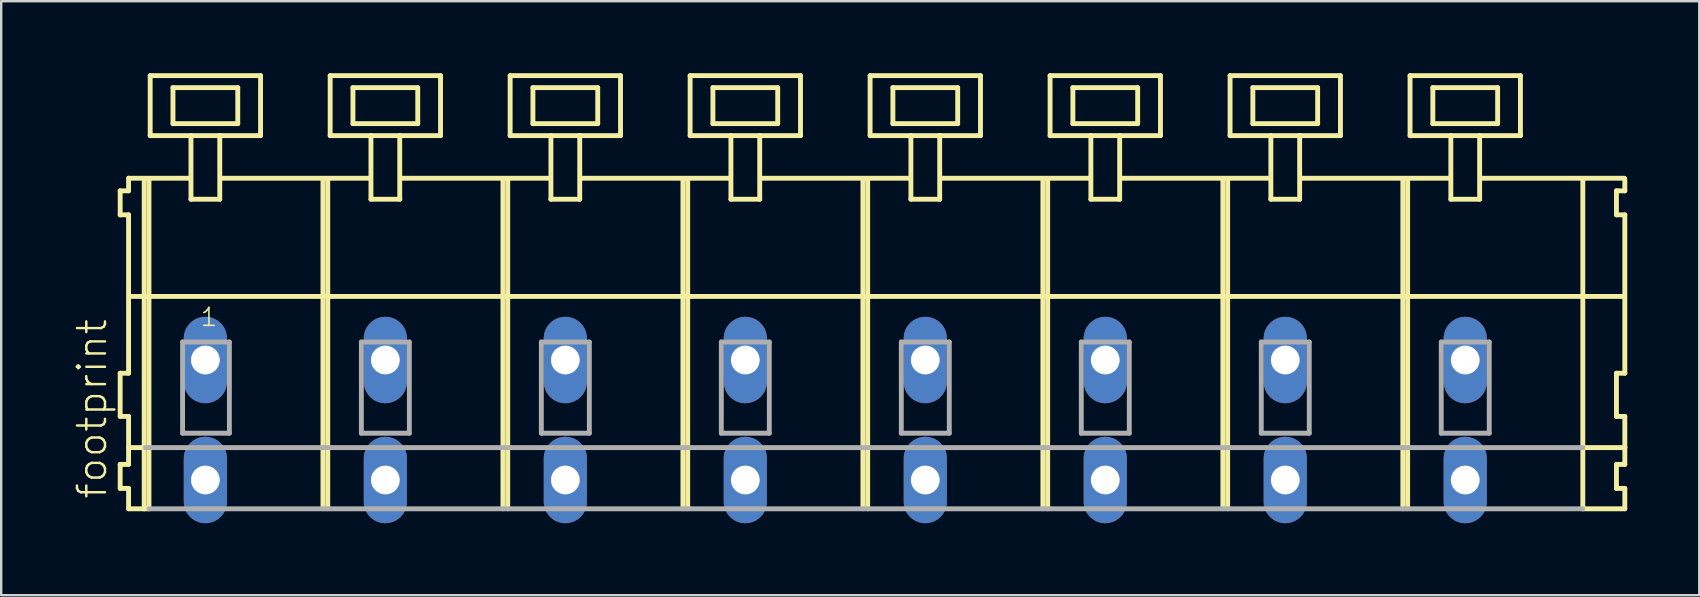
<source format=kicad_pcb>
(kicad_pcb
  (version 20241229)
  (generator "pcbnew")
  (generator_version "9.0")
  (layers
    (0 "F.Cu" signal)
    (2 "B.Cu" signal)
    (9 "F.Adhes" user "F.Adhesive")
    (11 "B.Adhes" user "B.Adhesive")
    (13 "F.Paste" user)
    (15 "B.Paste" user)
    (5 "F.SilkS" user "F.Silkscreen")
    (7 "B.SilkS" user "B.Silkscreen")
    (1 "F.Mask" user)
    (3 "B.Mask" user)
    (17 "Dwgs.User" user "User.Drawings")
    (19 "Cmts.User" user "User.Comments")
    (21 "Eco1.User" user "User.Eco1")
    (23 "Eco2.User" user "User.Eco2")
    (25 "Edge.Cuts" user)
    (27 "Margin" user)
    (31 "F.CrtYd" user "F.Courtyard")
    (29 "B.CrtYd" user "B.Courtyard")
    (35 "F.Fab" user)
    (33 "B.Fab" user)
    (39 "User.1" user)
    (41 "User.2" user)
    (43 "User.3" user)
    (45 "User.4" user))
  (footprint "footprint"
    (layer "F.Cu")
    (at 33.008 11.952)
    (property "Reference" "footprint" (at -31.535 5.855 90) (layer "F.SilkS") (effects (font (size 1.168 1.168) (thickness 0.102)) (justify left bottom)))
    (fp_line (start -31.05 -7.05) (end -31.05 -6.05) (stroke (width 0.203) (type solid)) (layer "F.SilkS"))
    (fp_line (start -31.05 -6.05) (end -30.7 -6.05) (stroke (width 0.203) (type solid)) (layer "F.SilkS"))
    (fp_line (start -31.05 0.55) (end -31.05 2.35) (stroke (width 0.203) (type solid)) (layer "F.SilkS"))
    (fp_line (start -31.05 2.35) (end -30.7 2.35) (stroke (width 0.203) (type solid)) (layer "F.SilkS"))
    (fp_line (start -31.05 4.35) (end -31.05 5.35) (stroke (width 0.203) (type solid)) (layer "F.SilkS"))
    (fp_line (start -31.05 5.35) (end -30.7 5.35) (stroke (width 0.203) (type solid)) (layer "F.SilkS"))
    (fp_line (start -30.7 -7.575) (end -30.7 -7.05) (stroke (width 0.203) (type solid)) (layer "F.SilkS"))
    (fp_line (start -30.7 -7.575) (end -28.125 -7.575) (stroke (width 0.203) (type solid)) (layer "F.SilkS"))
    (fp_line (start -30.7 -7.05) (end -31.05 -7.05) (stroke (width 0.203) (type solid)) (layer "F.SilkS"))
    (fp_line (start -30.7 -6.05) (end -30.7 0.55) (stroke (width 0.203) (type solid)) (layer "F.SilkS"))
    (fp_line (start -30.7 0.55) (end -31.05 0.55) (stroke (width 0.203) (type solid)) (layer "F.SilkS"))
    (fp_line (start -30.7 2.35) (end -30.7 4.35) (stroke (width 0.203) (type solid)) (layer "F.SilkS"))
    (fp_line (start -30.7 3.65) (end -30 3.65) (stroke (width 0.203) (type solid)) (layer "F.SilkS"))
    (fp_line (start -30.7 4.35) (end -31.05 4.35) (stroke (width 0.203) (type solid)) (layer "F.SilkS"))
    (fp_line (start -30.7 5.35) (end -30.7 6.2) (stroke (width 0.203) (type solid)) (layer "F.SilkS"))
    (fp_line (start -30.7 6.2) (end -30.05 6.2) (stroke (width 0.203) (type solid)) (layer "F.SilkS"))
    (fp_line (start -30.65 -2.65) (end 31.6 -2.65) (stroke (width 0.203) (type solid)) (layer "F.SilkS"))
    (fp_line (start -30.05 -7.55) (end -30.05 6.2) (stroke (width 0.203) (type solid)) (layer "F.SilkS"))
    (fp_line (start -30.05 6.2) (end -29.85 6.2) (stroke (width 0.203) (type solid)) (layer "F.SilkS"))
    (fp_line (start -29.85 -7.55) (end -29.85 6.2) (stroke (width 0.203) (type solid)) (layer "F.SilkS"))
    (fp_line (start -29.8 -11.85) (end -29.8 -9.35) (stroke (width 0.203) (type solid)) (layer "F.SilkS"))
    (fp_line (start -29.8 -9.35) (end -28.1 -9.35) (stroke (width 0.203) (type solid)) (layer "F.SilkS"))
    (fp_line (start -28.85 -11.35) (end -28.85 -9.85) (stroke (width 0.203) (type solid)) (layer "F.SilkS"))
    (fp_line (start -28.85 -9.85) (end -26.15 -9.85) (stroke (width 0.203) (type solid)) (layer "F.SilkS"))
    (fp_line (start -28.1 -9.35) (end -28.1 -6.7) (stroke (width 0.203) (type solid)) (layer "F.SilkS"))
    (fp_line (start -28.1 -9.35) (end -26.9 -9.35) (stroke (width 0.203) (type solid)) (layer "F.SilkS"))
    (fp_line (start -28.1 -6.7) (end -26.9 -6.7) (stroke (width 0.203) (type solid)) (layer "F.SilkS"))
    (fp_line (start -26.9 -9.35) (end -25.2 -9.35) (stroke (width 0.203) (type solid)) (layer "F.SilkS"))
    (fp_line (start -26.9 -6.7) (end -26.9 -9.35) (stroke (width 0.203) (type solid)) (layer "F.SilkS"))
    (fp_line (start -26.825 -7.575) (end -20.625 -7.575) (stroke (width 0.203) (type solid)) (layer "F.SilkS"))
    (fp_line (start -26.15 -11.35) (end -28.85 -11.35) (stroke (width 0.203) (type solid)) (layer "F.SilkS"))
    (fp_line (start -26.15 -9.85) (end -26.15 -11.35) (stroke (width 0.203) (type solid)) (layer "F.SilkS"))
    (fp_line (start -25.2 -11.85) (end -29.8 -11.85) (stroke (width 0.203) (type solid)) (layer "F.SilkS"))
    (fp_line (start -25.2 -9.35) (end -25.2 -11.85) (stroke (width 0.203) (type solid)) (layer "F.SilkS"))
    (fp_line (start -22.6 -7.55) (end -22.6 6.2) (stroke (width 0.203) (type solid)) (layer "F.SilkS"))
    (fp_line (start -22.4 -7.55) (end -22.4 6.2) (stroke (width 0.203) (type solid)) (layer "F.SilkS"))
    (fp_line (start -22.3 -11.85) (end -22.3 -9.35) (stroke (width 0.203) (type solid)) (layer "F.SilkS"))
    (fp_line (start -22.3 -9.35) (end -20.6 -9.35) (stroke (width 0.203) (type solid)) (layer "F.SilkS"))
    (fp_line (start -21.35 -11.35) (end -21.35 -9.85) (stroke (width 0.203) (type solid)) (layer "F.SilkS"))
    (fp_line (start -21.35 -9.85) (end -18.65 -9.85) (stroke (width 0.203) (type solid)) (layer "F.SilkS"))
    (fp_line (start -20.6 -9.35) (end -20.6 -6.7) (stroke (width 0.203) (type solid)) (layer "F.SilkS"))
    (fp_line (start -20.6 -9.35) (end -19.4 -9.35) (stroke (width 0.203) (type solid)) (layer "F.SilkS"))
    (fp_line (start -20.6 -6.7) (end -19.4 -6.7) (stroke (width 0.203) (type solid)) (layer "F.SilkS"))
    (fp_line (start -19.4 -9.35) (end -17.7 -9.35) (stroke (width 0.203) (type solid)) (layer "F.SilkS"))
    (fp_line (start -19.4 -6.7) (end -19.4 -9.35) (stroke (width 0.203) (type solid)) (layer "F.SilkS"))
    (fp_line (start -19.325 -7.575) (end -13.125 -7.575) (stroke (width 0.203) (type solid)) (layer "F.SilkS"))
    (fp_line (start -18.65 -11.35) (end -21.35 -11.35) (stroke (width 0.203) (type solid)) (layer "F.SilkS"))
    (fp_line (start -18.65 -9.85) (end -18.65 -11.35) (stroke (width 0.203) (type solid)) (layer "F.SilkS"))
    (fp_line (start -17.7 -11.85) (end -22.3 -11.85) (stroke (width 0.203) (type solid)) (layer "F.SilkS"))
    (fp_line (start -17.7 -9.35) (end -17.7 -11.85) (stroke (width 0.203) (type solid)) (layer "F.SilkS"))
    (fp_line (start -15.1 -7.55) (end -15.1 6.2) (stroke (width 0.203) (type solid)) (layer "F.SilkS"))
    (fp_line (start -14.9 -7.55) (end -14.9 6.2) (stroke (width 0.203) (type solid)) (layer "F.SilkS"))
    (fp_line (start -14.8 -11.85) (end -14.8 -9.35) (stroke (width 0.203) (type solid)) (layer "F.SilkS"))
    (fp_line (start -14.8 -9.35) (end -13.1 -9.35) (stroke (width 0.203) (type solid)) (layer "F.SilkS"))
    (fp_line (start -13.85 -11.35) (end -13.85 -9.85) (stroke (width 0.203) (type solid)) (layer "F.SilkS"))
    (fp_line (start -13.85 -9.85) (end -11.15 -9.85) (stroke (width 0.203) (type solid)) (layer "F.SilkS"))
    (fp_line (start -13.1 -9.35) (end -13.1 -6.7) (stroke (width 0.203) (type solid)) (layer "F.SilkS"))
    (fp_line (start -13.1 -9.35) (end -11.9 -9.35) (stroke (width 0.203) (type solid)) (layer "F.SilkS"))
    (fp_line (start -13.1 -6.7) (end -11.9 -6.7) (stroke (width 0.203) (type solid)) (layer "F.SilkS"))
    (fp_line (start -11.9 -9.35) (end -10.2 -9.35) (stroke (width 0.203) (type solid)) (layer "F.SilkS"))
    (fp_line (start -11.9 -6.7) (end -11.9 -9.35) (stroke (width 0.203) (type solid)) (layer "F.SilkS"))
    (fp_line (start -11.825 -7.575) (end -5.625 -7.575) (stroke (width 0.203) (type solid)) (layer "F.SilkS"))
    (fp_line (start -11.15 -11.35) (end -13.85 -11.35) (stroke (width 0.203) (type solid)) (layer "F.SilkS"))
    (fp_line (start -11.15 -9.85) (end -11.15 -11.35) (stroke (width 0.203) (type solid)) (layer "F.SilkS"))
    (fp_line (start -10.2 -11.85) (end -14.8 -11.85) (stroke (width 0.203) (type solid)) (layer "F.SilkS"))
    (fp_line (start -10.2 -9.35) (end -10.2 -11.85) (stroke (width 0.203) (type solid)) (layer "F.SilkS"))
    (fp_line (start -7.6 -7.55) (end -7.6 6.2) (stroke (width 0.203) (type solid)) (layer "F.SilkS"))
    (fp_line (start -7.4 -7.55) (end -7.4 6.2) (stroke (width 0.203) (type solid)) (layer "F.SilkS"))
    (fp_line (start -7.3 -11.85) (end -7.3 -9.35) (stroke (width 0.203) (type solid)) (layer "F.SilkS"))
    (fp_line (start -7.3 -9.35) (end -5.6 -9.35) (stroke (width 0.203) (type solid)) (layer "F.SilkS"))
    (fp_line (start -6.35 -11.35) (end -6.35 -9.85) (stroke (width 0.203) (type solid)) (layer "F.SilkS"))
    (fp_line (start -6.35 -9.85) (end -3.65 -9.85) (stroke (width 0.203) (type solid)) (layer "F.SilkS"))
    (fp_line (start -5.6 -9.35) (end -5.6 -6.7) (stroke (width 0.203) (type solid)) (layer "F.SilkS"))
    (fp_line (start -5.6 -9.35) (end -4.4 -9.35) (stroke (width 0.203) (type solid)) (layer "F.SilkS"))
    (fp_line (start -5.6 -6.7) (end -4.4 -6.7) (stroke (width 0.203) (type solid)) (layer "F.SilkS"))
    (fp_line (start -4.4 -9.35) (end -2.7 -9.35) (stroke (width 0.203) (type solid)) (layer "F.SilkS"))
    (fp_line (start -4.4 -6.7) (end -4.4 -9.35) (stroke (width 0.203) (type solid)) (layer "F.SilkS"))
    (fp_line (start -4.325 -7.575) (end 1.875 -7.575) (stroke (width 0.203) (type solid)) (layer "F.SilkS"))
    (fp_line (start -3.65 -11.35) (end -6.35 -11.35) (stroke (width 0.203) (type solid)) (layer "F.SilkS"))
    (fp_line (start -3.65 -9.85) (end -3.65 -11.35) (stroke (width 0.203) (type solid)) (layer "F.SilkS"))
    (fp_line (start -2.7 -11.85) (end -7.3 -11.85) (stroke (width 0.203) (type solid)) (layer "F.SilkS"))
    (fp_line (start -2.7 -9.35) (end -2.7 -11.85) (stroke (width 0.203) (type solid)) (layer "F.SilkS"))
    (fp_line (start -0.1 -7.55) (end -0.1 6.2) (stroke (width 0.203) (type solid)) (layer "F.SilkS"))
    (fp_line (start 0.1 -7.55) (end 0.1 6.2) (stroke (width 0.203) (type solid)) (layer "F.SilkS"))
    (fp_line (start 0.2 -11.85) (end 0.2 -9.35) (stroke (width 0.203) (type solid)) (layer "F.SilkS"))
    (fp_line (start 0.2 -9.35) (end 1.9 -9.35) (stroke (width 0.203) (type solid)) (layer "F.SilkS"))
    (fp_line (start 1.15 -11.35) (end 1.15 -9.85) (stroke (width 0.203) (type solid)) (layer "F.SilkS"))
    (fp_line (start 1.15 -9.85) (end 3.85 -9.85) (stroke (width 0.203) (type solid)) (layer "F.SilkS"))
    (fp_line (start 1.9 -9.35) (end 1.9 -6.7) (stroke (width 0.203) (type solid)) (layer "F.SilkS"))
    (fp_line (start 1.9 -9.35) (end 3.1 -9.35) (stroke (width 0.203) (type solid)) (layer "F.SilkS"))
    (fp_line (start 1.9 -6.7) (end 3.1 -6.7) (stroke (width 0.203) (type solid)) (layer "F.SilkS"))
    (fp_line (start 3.1 -9.35) (end 4.8 -9.35) (stroke (width 0.203) (type solid)) (layer "F.SilkS"))
    (fp_line (start 3.1 -6.7) (end 3.1 -9.35) (stroke (width 0.203) (type solid)) (layer "F.SilkS"))
    (fp_line (start 3.175 -7.575) (end 9.375 -7.575) (stroke (width 0.203) (type solid)) (layer "F.SilkS"))
    (fp_line (start 3.85 -11.35) (end 1.15 -11.35) (stroke (width 0.203) (type solid)) (layer "F.SilkS"))
    (fp_line (start 3.85 -9.85) (end 3.85 -11.35) (stroke (width 0.203) (type solid)) (layer "F.SilkS"))
    (fp_line (start 4.8 -11.85) (end 0.2 -11.85) (stroke (width 0.203) (type solid)) (layer "F.SilkS"))
    (fp_line (start 4.8 -9.35) (end 4.8 -11.85) (stroke (width 0.203) (type solid)) (layer "F.SilkS"))
    (fp_line (start 7.4 -7.55) (end 7.4 6.2) (stroke (width 0.203) (type solid)) (layer "F.SilkS"))
    (fp_line (start 7.6 -7.55) (end 7.6 6.2) (stroke (width 0.203) (type solid)) (layer "F.SilkS"))
    (fp_line (start 7.7 -11.85) (end 7.7 -9.35) (stroke (width 0.203) (type solid)) (layer "F.SilkS"))
    (fp_line (start 7.7 -9.35) (end 9.4 -9.35) (stroke (width 0.203) (type solid)) (layer "F.SilkS"))
    (fp_line (start 8.65 -11.35) (end 8.65 -9.85) (stroke (width 0.203) (type solid)) (layer "F.SilkS"))
    (fp_line (start 8.65 -9.85) (end 11.35 -9.85) (stroke (width 0.203) (type solid)) (layer "F.SilkS"))
    (fp_line (start 9.4 -9.35) (end 9.4 -6.7) (stroke (width 0.203) (type solid)) (layer "F.SilkS"))
    (fp_line (start 9.4 -9.35) (end 10.6 -9.35) (stroke (width 0.203) (type solid)) (layer "F.SilkS"))
    (fp_line (start 9.4 -6.7) (end 10.6 -6.7) (stroke (width 0.203) (type solid)) (layer "F.SilkS"))
    (fp_line (start 10.6 -9.35) (end 12.3 -9.35) (stroke (width 0.203) (type solid)) (layer "F.SilkS"))
    (fp_line (start 10.6 -6.7) (end 10.6 -9.35) (stroke (width 0.203) (type solid)) (layer "F.SilkS"))
    (fp_line (start 10.675 -7.575) (end 16.875 -7.575) (stroke (width 0.203) (type solid)) (layer "F.SilkS"))
    (fp_line (start 11.35 -11.35) (end 8.65 -11.35) (stroke (width 0.203) (type solid)) (layer "F.SilkS"))
    (fp_line (start 11.35 -9.85) (end 11.35 -11.35) (stroke (width 0.203) (type solid)) (layer "F.SilkS"))
    (fp_line (start 12.3 -11.85) (end 7.7 -11.85) (stroke (width 0.203) (type solid)) (layer "F.SilkS"))
    (fp_line (start 12.3 -9.35) (end 12.3 -11.85) (stroke (width 0.203) (type solid)) (layer "F.SilkS"))
    (fp_line (start 14.9 -7.55) (end 14.9 6.2) (stroke (width 0.203) (type solid)) (layer "F.SilkS"))
    (fp_line (start 15.1 -7.55) (end 15.1 6.2) (stroke (width 0.203) (type solid)) (layer "F.SilkS"))
    (fp_line (start 15.2 -11.85) (end 15.2 -9.35) (stroke (width 0.203) (type solid)) (layer "F.SilkS"))
    (fp_line (start 15.2 -9.35) (end 16.9 -9.35) (stroke (width 0.203) (type solid)) (layer "F.SilkS"))
    (fp_line (start 16.15 -11.35) (end 16.15 -9.85) (stroke (width 0.203) (type solid)) (layer "F.SilkS"))
    (fp_line (start 16.15 -9.85) (end 18.85 -9.85) (stroke (width 0.203) (type solid)) (layer "F.SilkS"))
    (fp_line (start 16.9 -9.35) (end 16.9 -6.7) (stroke (width 0.203) (type solid)) (layer "F.SilkS"))
    (fp_line (start 16.9 -9.35) (end 18.1 -9.35) (stroke (width 0.203) (type solid)) (layer "F.SilkS"))
    (fp_line (start 16.9 -6.7) (end 18.1 -6.7) (stroke (width 0.203) (type solid)) (layer "F.SilkS"))
    (fp_line (start 18.1 -9.35) (end 19.8 -9.35) (stroke (width 0.203) (type solid)) (layer "F.SilkS"))
    (fp_line (start 18.1 -6.7) (end 18.1 -9.35) (stroke (width 0.203) (type solid)) (layer "F.SilkS"))
    (fp_line (start 18.175 -7.575) (end 24.375 -7.575) (stroke (width 0.203) (type solid)) (layer "F.SilkS"))
    (fp_line (start 18.85 -11.35) (end 16.15 -11.35) (stroke (width 0.203) (type solid)) (layer "F.SilkS"))
    (fp_line (start 18.85 -9.85) (end 18.85 -11.35) (stroke (width 0.203) (type solid)) (layer "F.SilkS"))
    (fp_line (start 19.8 -11.85) (end 15.2 -11.85) (stroke (width 0.203) (type solid)) (layer "F.SilkS"))
    (fp_line (start 19.8 -9.35) (end 19.8 -11.85) (stroke (width 0.203) (type solid)) (layer "F.SilkS"))
    (fp_line (start 22.4 -7.55) (end 22.4 6.2) (stroke (width 0.203) (type solid)) (layer "F.SilkS"))
    (fp_line (start 22.6 -7.55) (end 22.6 6.2) (stroke (width 0.203) (type solid)) (layer "F.SilkS"))
    (fp_line (start 22.7 -11.85) (end 22.7 -9.35) (stroke (width 0.203) (type solid)) (layer "F.SilkS"))
    (fp_line (start 22.7 -9.35) (end 24.4 -9.35) (stroke (width 0.203) (type solid)) (layer "F.SilkS"))
    (fp_line (start 23.65 -11.35) (end 23.65 -9.85) (stroke (width 0.203) (type solid)) (layer "F.SilkS"))
    (fp_line (start 23.65 -9.85) (end 26.35 -9.85) (stroke (width 0.203) (type solid)) (layer "F.SilkS"))
    (fp_line (start 24.4 -9.35) (end 24.4 -6.7) (stroke (width 0.203) (type solid)) (layer "F.SilkS"))
    (fp_line (start 24.4 -9.35) (end 25.6 -9.35) (stroke (width 0.203) (type solid)) (layer "F.SilkS"))
    (fp_line (start 24.4 -6.7) (end 25.6 -6.7) (stroke (width 0.203) (type solid)) (layer "F.SilkS"))
    (fp_line (start 25.6 -9.35) (end 27.3 -9.35) (stroke (width 0.203) (type solid)) (layer "F.SilkS"))
    (fp_line (start 25.6 -6.7) (end 25.6 -9.35) (stroke (width 0.203) (type solid)) (layer "F.SilkS"))
    (fp_line (start 25.625 -7.575) (end 31.625 -7.575) (stroke (width 0.203) (type solid)) (layer "F.SilkS"))
    (fp_line (start 26.35 -11.35) (end 23.65 -11.35) (stroke (width 0.203) (type solid)) (layer "F.SilkS"))
    (fp_line (start 26.35 -9.85) (end 26.35 -11.35) (stroke (width 0.203) (type solid)) (layer "F.SilkS"))
    (fp_line (start 27.3 -11.85) (end 22.7 -11.85) (stroke (width 0.203) (type solid)) (layer "F.SilkS"))
    (fp_line (start 27.3 -9.35) (end 27.3 -11.85) (stroke (width 0.203) (type solid)) (layer "F.SilkS"))
    (fp_line (start 29.9 -7.55) (end 29.9 6.2) (stroke (width 0.203) (type solid)) (layer "F.SilkS"))
    (fp_line (start 29.9 6.2) (end 31.65 6.2) (stroke (width 0.203) (type solid)) (layer "F.SilkS"))
    (fp_line (start 29.95 3.65) (end 31.65 3.65) (stroke (width 0.203) (type solid)) (layer "F.SilkS"))
    (fp_line (start 31.3 -7.05) (end 31.3 -6.05) (stroke (width 0.203) (type solid)) (layer "F.SilkS"))
    (fp_line (start 31.3 -6.05) (end 31.65 -6.05) (stroke (width 0.203) (type solid)) (layer "F.SilkS"))
    (fp_line (start 31.3 0.55) (end 31.3 2.35) (stroke (width 0.203) (type solid)) (layer "F.SilkS"))
    (fp_line (start 31.3 2.35) (end 31.65 2.35) (stroke (width 0.203) (type solid)) (layer "F.SilkS"))
    (fp_line (start 31.3 4.35) (end 31.3 5.35) (stroke (width 0.203) (type solid)) (layer "F.SilkS"))
    (fp_line (start 31.3 5.35) (end 31.65 5.35) (stroke (width 0.203) (type solid)) (layer "F.SilkS"))
    (fp_line (start 31.65 -7.05) (end 31.3 -7.05) (stroke (width 0.203) (type solid)) (layer "F.SilkS"))
    (fp_line (start 31.65 -7.05) (end 31.65 -7.55) (stroke (width 0.203) (type solid)) (layer "F.SilkS"))
    (fp_line (start 31.65 0.55) (end 31.3 0.55) (stroke (width 0.203) (type solid)) (layer "F.SilkS"))
    (fp_line (start 31.65 0.55) (end 31.65 -6.05) (stroke (width 0.203) (type solid)) (layer "F.SilkS"))
    (fp_line (start 31.65 3.65) (end 31.65 2.35) (stroke (width 0.203) (type solid)) (layer "F.SilkS"))
    (fp_line (start 31.65 4.35) (end 31.3 4.35) (stroke (width 0.203) (type solid)) (layer "F.SilkS"))
    (fp_line (start 31.65 4.35) (end 31.65 3.65) (stroke (width 0.203) (type solid)) (layer "F.SilkS"))
    (fp_line (start 31.65 6.2) (end 31.65 5.35) (stroke (width 0.203) (type solid)) (layer "F.SilkS"))
    (fp_line (start -30 3.65) (end 29.9 3.65) (stroke (width 0.203) (type solid)) (layer "F.Fab"))
    (fp_line (start -29.85 6.2) (end 29.9 6.2) (stroke (width 0.203) (type solid)) (layer "F.Fab"))
    (fp_line (start -28.45 -0.75) (end -28.45 3.05) (stroke (width 0.203) (type solid)) (layer "F.Fab"))
    (fp_line (start -28.45 3.05) (end -26.5 3.05) (stroke (width 0.203) (type solid)) (layer "F.Fab"))
    (fp_line (start -26.5 -0.75) (end -28.45 -0.75) (stroke (width 0.203) (type solid)) (layer "F.Fab"))
    (fp_line (start -26.5 3.05) (end -26.5 -0.75) (stroke (width 0.203) (type solid)) (layer "F.Fab"))
    (fp_line (start -21 -0.75) (end -21 3.05) (stroke (width 0.203) (type solid)) (layer "F.Fab"))
    (fp_line (start -21 3.05) (end -19 3.05) (stroke (width 0.203) (type solid)) (layer "F.Fab"))
    (fp_line (start -19 -0.75) (end -21 -0.75) (stroke (width 0.203) (type solid)) (layer "F.Fab"))
    (fp_line (start -19 3.05) (end -19 -0.75) (stroke (width 0.203) (type solid)) (layer "F.Fab"))
    (fp_line (start -13.5 -0.75) (end -13.5 3.05) (stroke (width 0.203) (type solid)) (layer "F.Fab"))
    (fp_line (start -13.5 3.05) (end -11.5 3.05) (stroke (width 0.203) (type solid)) (layer "F.Fab"))
    (fp_line (start -11.5 -0.75) (end -13.5 -0.75) (stroke (width 0.203) (type solid)) (layer "F.Fab"))
    (fp_line (start -11.5 3.05) (end -11.5 -0.75) (stroke (width 0.203) (type solid)) (layer "F.Fab"))
    (fp_line (start -6 -0.75) (end -6 3.05) (stroke (width 0.203) (type solid)) (layer "F.Fab"))
    (fp_line (start -6 3.05) (end -4 3.05) (stroke (width 0.203) (type solid)) (layer "F.Fab"))
    (fp_line (start -4 -0.75) (end -6 -0.75) (stroke (width 0.203) (type solid)) (layer "F.Fab"))
    (fp_line (start -4 3.05) (end -4 -0.75) (stroke (width 0.203) (type solid)) (layer "F.Fab"))
    (fp_line (start 1.5 -0.75) (end 1.5 3.05) (stroke (width 0.203) (type solid)) (layer "F.Fab"))
    (fp_line (start 1.5 3.05) (end 3.5 3.05) (stroke (width 0.203) (type solid)) (layer "F.Fab"))
    (fp_line (start 3.5 -0.75) (end 1.5 -0.75) (stroke (width 0.203) (type solid)) (layer "F.Fab"))
    (fp_line (start 3.5 3.05) (end 3.5 -0.75) (stroke (width 0.203) (type solid)) (layer "F.Fab"))
    (fp_line (start 9 -0.75) (end 9 3.05) (stroke (width 0.203) (type solid)) (layer "F.Fab"))
    (fp_line (start 9 3.05) (end 11 3.05) (stroke (width 0.203) (type solid)) (layer "F.Fab"))
    (fp_line (start 11 -0.75) (end 9 -0.75) (stroke (width 0.203) (type solid)) (layer "F.Fab"))
    (fp_line (start 11 3.05) (end 11 -0.75) (stroke (width 0.203) (type solid)) (layer "F.Fab"))
    (fp_line (start 16.5 -0.75) (end 16.5 3.05) (stroke (width 0.203) (type solid)) (layer "F.Fab"))
    (fp_line (start 16.5 3.05) (end 18.5 3.05) (stroke (width 0.203) (type solid)) (layer "F.Fab"))
    (fp_line (start 18.5 -0.75) (end 16.5 -0.75) (stroke (width 0.203) (type solid)) (layer "F.Fab"))
    (fp_line (start 18.5 3.05) (end 18.5 -0.75) (stroke (width 0.203) (type solid)) (layer "F.Fab"))
    (fp_line (start 24 -0.75) (end 24 3.05) (stroke (width 0.203) (type solid)) (layer "F.Fab"))
    (fp_line (start 24 3.05) (end 26 3.05) (stroke (width 0.203) (type solid)) (layer "F.Fab"))
    (fp_line (start 26 -0.75) (end 24 -0.75) (stroke (width 0.203) (type solid)) (layer "F.Fab"))
    (fp_line (start 26 3.05) (end 26 -0.75) (stroke (width 0.203) (type solid)) (layer "F.Fab"))
    (fp_text user "1" (at -27.75 -1.35 0) (layer "F.SilkS") (effects (font (size 0.748 0.748) (thickness 0.065)) (justify left bottom)))
    (pad "A1" thru_hole oval (at -27.5 0 90) (size 3.6 1.8) (drill 1.2) (layers "*.Cu" "*.Mask"))
    (pad "A2" thru_hole oval (at -20 0 90) (size 3.6 1.8) (drill 1.2) (layers "*.Cu" "*.Mask"))
    (pad "A3" thru_hole oval (at -12.5 0 90) (size 3.6 1.8) (drill 1.2) (layers "*.Cu" "*.Mask"))
    (pad "A4" thru_hole oval (at -5 0 90) (size 3.6 1.8) (drill 1.2) (layers "*.Cu" "*.Mask"))
    (pad "A5" thru_hole oval (at 2.5 0 90) (size 3.6 1.8) (drill 1.2) (layers "*.Cu" "*.Mask"))
    (pad "A6" thru_hole oval (at 10 0 90) (size 3.6 1.8) (drill 1.2) (layers "*.Cu" "*.Mask"))
    (pad "A7" thru_hole oval (at 17.5 0 90) (size 3.6 1.8) (drill 1.2) (layers "*.Cu" "*.Mask"))
    (pad "A8" thru_hole oval (at 25 0 90) (size 3.6 1.8) (drill 1.2) (layers "*.Cu" "*.Mask"))
    (pad "B1" thru_hole oval (at -27.5 5 90) (size 3.6 1.8) (drill 1.2) (layers "*.Cu" "*.Mask"))
    (pad "B2" thru_hole oval (at -20 5 90) (size 3.6 1.8) (drill 1.2) (layers "*.Cu" "*.Mask"))
    (pad "B3" thru_hole oval (at -12.5 5 90) (size 3.6 1.8) (drill 1.2) (layers "*.Cu" "*.Mask"))
    (pad "B4" thru_hole oval (at -5 5 90) (size 3.6 1.8) (drill 1.2) (layers "*.Cu" "*.Mask"))
    (pad "B5" thru_hole oval (at 2.5 5 90) (size 3.6 1.8) (drill 1.2) (layers "*.Cu" "*.Mask"))
    (pad "B6" thru_hole oval (at 10 5 90) (size 3.6 1.8) (drill 1.2) (layers "*.Cu" "*.Mask"))
    (pad "B7" thru_hole oval (at 17.5 5 90) (size 3.6 1.8) (drill 1.2) (layers "*.Cu" "*.Mask"))
    (pad "B8" thru_hole oval (at 25 5 90) (size 3.6 1.8) (drill 1.2) (layers "*.Cu" "*.Mask")))
  (gr_rect
    (start -3 -3)
    (end 67.76 21.752)
    (stroke (width 0.1) (type default))
    (fill no)
    (layer "Edge.Cuts")))
</source>
